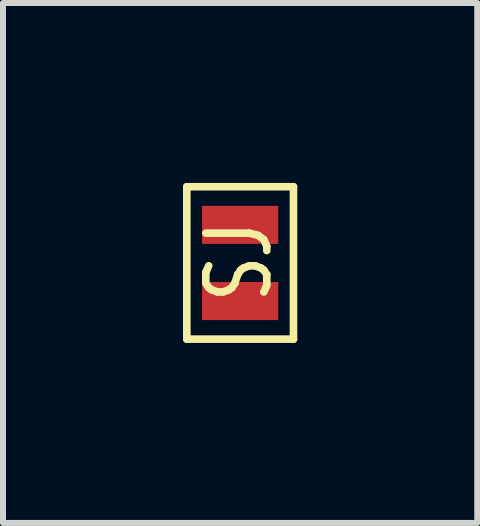
<source format=kicad_pcb>
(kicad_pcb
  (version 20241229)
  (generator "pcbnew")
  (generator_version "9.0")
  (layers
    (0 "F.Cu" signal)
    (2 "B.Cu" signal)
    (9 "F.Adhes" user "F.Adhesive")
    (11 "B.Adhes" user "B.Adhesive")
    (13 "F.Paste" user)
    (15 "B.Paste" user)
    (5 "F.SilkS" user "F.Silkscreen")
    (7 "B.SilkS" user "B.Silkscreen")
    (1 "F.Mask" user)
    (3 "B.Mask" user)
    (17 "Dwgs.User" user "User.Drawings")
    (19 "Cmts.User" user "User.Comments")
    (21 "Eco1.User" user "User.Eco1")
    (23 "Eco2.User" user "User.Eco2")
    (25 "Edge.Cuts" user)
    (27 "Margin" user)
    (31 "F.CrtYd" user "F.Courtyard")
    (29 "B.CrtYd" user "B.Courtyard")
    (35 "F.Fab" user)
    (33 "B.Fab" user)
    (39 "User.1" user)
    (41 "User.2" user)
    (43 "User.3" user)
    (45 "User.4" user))
  (footprint "SJ"
    (layer "F.Cu")
    (at 0.953 1.333)
    (property "Reference" "SJ" (at -0.02 -0.025 90) (layer "F.SilkS") (effects (font (size 1.016 0.762) (thickness 0.127))))
    (attr exclude_from_pos_files exclude_from_bom)
    (fp_line (start -0.889 -1.27) (end -0.889 1.27) (stroke (width 0.127) (type solid)) (layer "F.SilkS"))
    (fp_line (start -0.889 -1.27) (end 0.889 -1.27) (stroke (width 0.127) (type solid)) (layer "F.SilkS"))
    (fp_line (start 0.889 1.27) (end -0.889 1.27) (stroke (width 0.127) (type solid)) (layer "F.SilkS"))
    (fp_line (start 0.889 1.27) (end 0.889 -1.27) (stroke (width 0.127) (type solid)) (layer "F.SilkS"))
    (pad "1" smd rect (at 0 -0.635) (size 1.27 0.635) (layers "F.Cu" "F.Mask"))
    (pad "2" smd rect (at 0 0.635) (size 1.27 0.635) (layers "F.Cu" "F.Mask")))
  (gr_rect
    (start -3 -3)
    (end 4.905 5.667)
    (stroke (width 0.1) (type default))
    (fill no)
    (layer "Edge.Cuts")))
</source>
